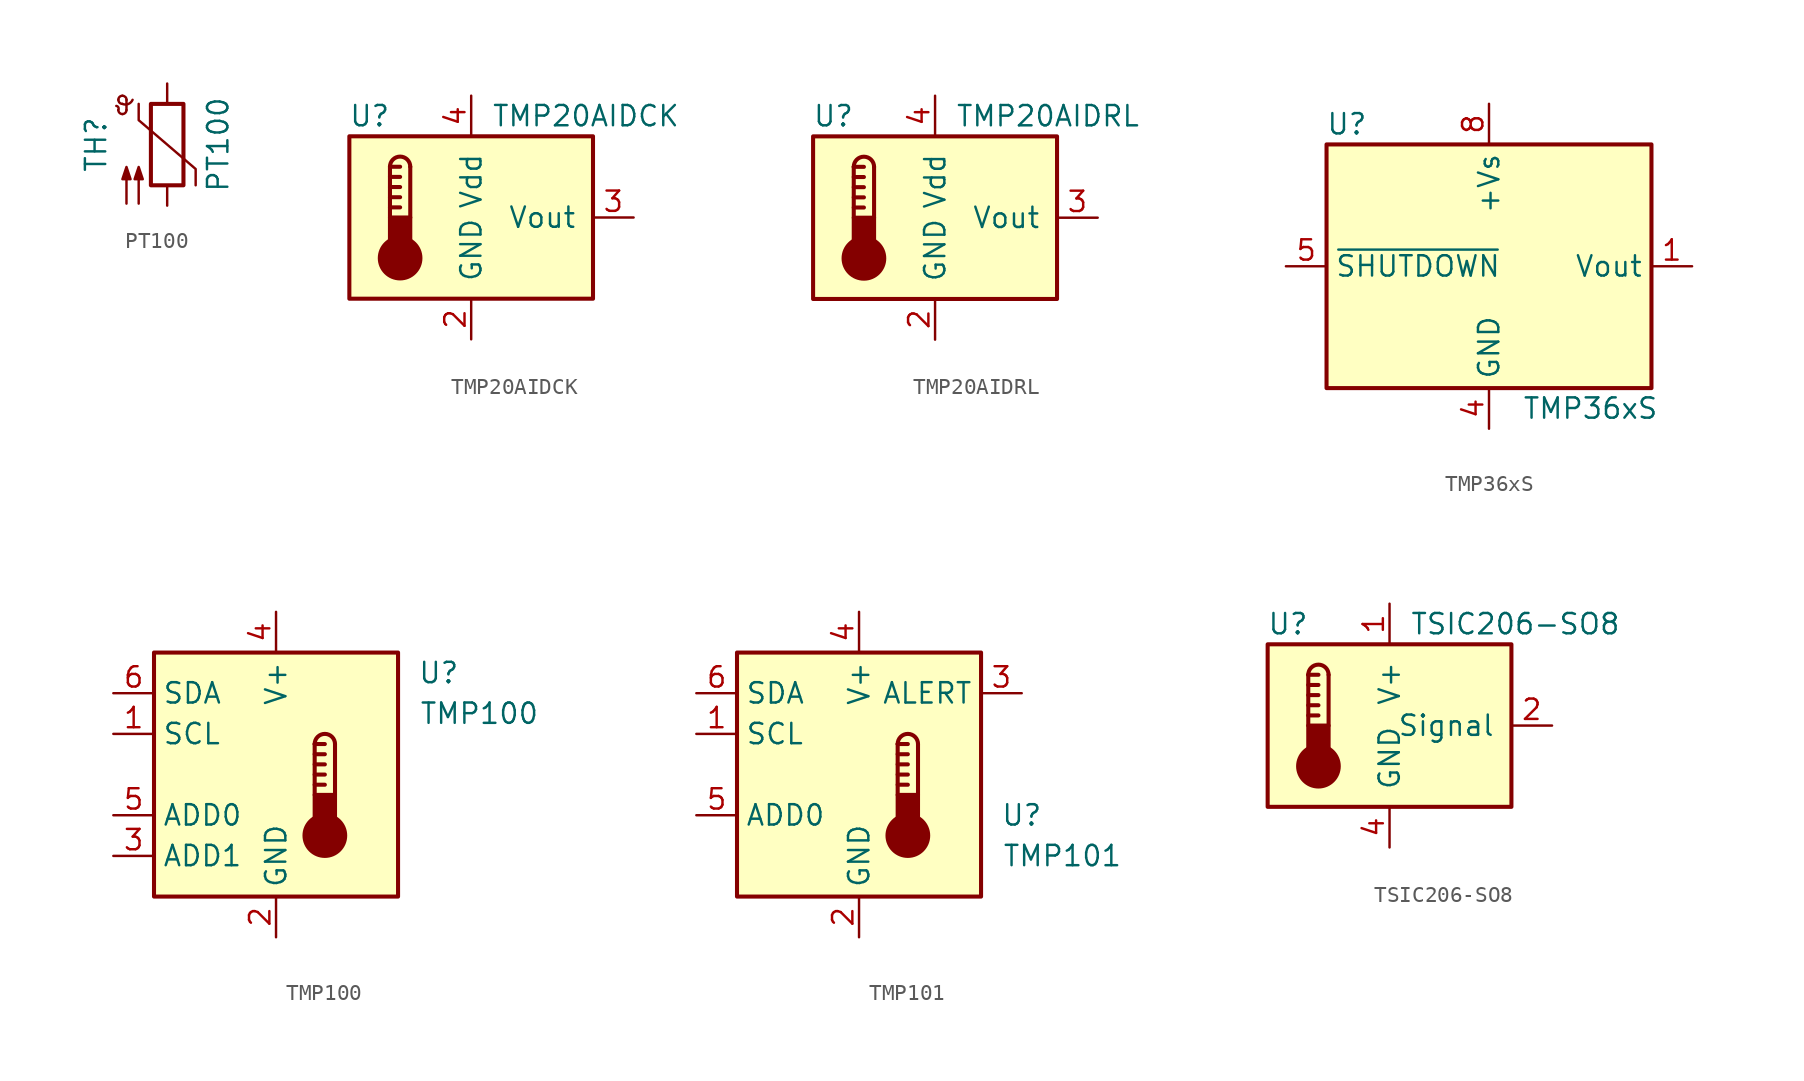
<source format=kicad_sym>
(kicad_symbol_lib
  (version 20201005)
  (generator kicad_symbol_editor)
  (symbol "PT100"
    (pin_numbers hide)
    (pin_names
      (offset 0))
    (property "Reference" "TH"
      (at -4.445 0 90)
      (effects (font (size 1.27 1.27))))
    (property "Value" "PT100"
      (at 3.175 0 90)
      (effects (font (size 1.27 1.27))))
    (symbol "PT100_0_1"
      (arc (start -3.048 2.159) (end -3.175 2.413) (radius (at -3.2004 2.2352) (length 0.1778) (angles -26.5 81.8)) (stroke (width 0)) (fill (type none)))
      (arc (start -3.048 2.159) (end -2.794 1.905) (radius (at -2.794 2.159) (length 0.254) (angles 180 -90)) (stroke (width 0)) (fill (type none)))
      (arc (start -2.794 1.905) (end -2.54 2.159) (radius (at -2.794 2.159) (length 0.254) (angles -90 0)) (stroke (width 0)) (fill (type none)))
      (arc (start -2.54 2.794) (end -2.794 3.048) (radius (at -2.794 2.794) (length 0.254) (angles 0 90)) (stroke (width 0)) (fill (type none)))
      (arc (start -2.794 3.048) (end -3.048 2.794) (radius (at -2.794 2.794) (length 0.254) (angles 90 180)) (stroke (width 0)) (fill (type none)))
      (arc (start -3.048 2.794) (end -2.794 2.54) (radius (at -2.794 2.794) (length 0.254) (angles 180 -90)) (stroke (width 0)) (fill (type none)))
      (arc (start -2.794 2.54) (end -2.159 2.794) (radius (at -2.6416 3.0226) (length 0.508) (angles -107.5 -25.3)) (stroke (width 0)) (fill (type none)))
      (rectangle (start -1.016 2.54) (end 1.016 -2.54) (stroke (width 0.254)) (fill (type none)))
      (polyline (pts (xy -2.54 2.159) (xy -2.54 2.794)) (stroke (width 0)) (fill (type none)))
      (polyline (pts (xy -1.778 2.54) (xy -1.778 1.524) (xy 1.778 -1.524) (xy 1.778 -2.54)) (stroke (width 0)) (fill (type none)))
      (polyline (pts (xy -2.54 -3.683) (xy -2.54 -1.397) (xy -2.794 -2.159) (xy -2.286 -2.159) (xy -2.54 -1.397) (xy -2.54 -1.651)) (stroke (width 0)) (fill (type outline)))
      (polyline (pts (xy -1.778 -3.683) (xy -1.778 -1.397) (xy -2.032 -2.159) (xy -1.524 -2.159) (xy -1.778 -1.397) (xy -1.778 -1.651)) (stroke (width 0)) (fill (type outline))))
    (symbol "PT100_1_1"
      (pin passive line (at 0 3.81 270) (length 1.27) (name "~" (effects (font (size 1.27 1.27)))) (number "1" (effects (font (size 1.27 1.27)))))
      (pin passive line (at 0 -3.81 90) (length 1.27) (name "~" (effects (font (size 1.27 1.27)))) (number "2" (effects (font (size 1.27 1.27)))))))
  (symbol "TMP20AIDCK"
    (pin_names
      (offset 1.016))
    (property "Reference" "U"
      (at -6.35 6.35 0)
      (effects (font (size 1.27 1.27))))
    (property "Value" "TMP20AIDCK"
      (at 1.27 6.35 0)
      (effects (font (size 1.27 1.27)) (justify left)))
    (symbol "TMP20AIDCK_0_1"
      (arc (start -3.81 3.175) (end -5.08 3.175) (radius (at -4.445 3.175) (length 0.635) (angles 0.1 179.9)) (stroke (width 0.254)) (fill (type none)))
      (circle (center -4.445 -2.54) (radius 1.27) (stroke (width 0.254)) (fill (type outline)))
      (rectangle (start -7.62 5.08) (end 7.62 -5.08) (stroke (width 0.254)) (fill (type background)))
      (rectangle (start -3.81 -1.905) (end -5.08 0) (stroke (width 0.254)) (fill (type outline)))
      (polyline (pts (xy -5.08 0.635) (xy -4.445 0.635)) (stroke (width 0.254)) (fill (type none)))
      (polyline (pts (xy -5.08 1.27) (xy -4.445 1.27)) (stroke (width 0.254)) (fill (type none)))
      (polyline (pts (xy -5.08 1.905) (xy -4.445 1.905)) (stroke (width 0.254)) (fill (type none)))
      (polyline (pts (xy -5.08 2.54) (xy -4.445 2.54)) (stroke (width 0.254)) (fill (type none)))
      (polyline (pts (xy -5.08 3.175) (xy -5.08 0)) (stroke (width 0.254)) (fill (type none)))
      (polyline (pts (xy -5.08 3.175) (xy -4.445 3.175)) (stroke (width 0.254)) (fill (type none)))
      (polyline (pts (xy -3.81 3.175) (xy -3.81 0)) (stroke (width 0.254)) (fill (type none))))
    (symbol "TMP20AIDCK_1_1"
      (pin no_connect line (at 10.16 -2.54 180) (length 2.54) hide (name "NC" (effects (font (size 1.27 1.27)))) (number "1" (effects (font (size 1.27 1.27)))))
      (pin power_in line (at 0 -7.62 90) (length 2.54) (name "GND" (effects (font (size 1.27 1.27)))) (number "2" (effects (font (size 1.27 1.27)))))
      (pin output line (at 10.16 0 180) (length 2.54) (name "Vout" (effects (font (size 1.27 1.27)))) (number "3" (effects (font (size 1.27 1.27)))))
      (pin power_in line (at 0 7.62 270) (length 2.54) (name "Vdd" (effects (font (size 1.27 1.27)))) (number "4" (effects (font (size 1.27 1.27)))))
      (pin passive line (at 0 -7.62 90) (length 2.54) hide (name "GND" (effects (font (size 1.27 1.27)))) (number "5" (effects (font (size 1.27 1.27)))))))
  (symbol "TMP20AIDRL"
    (pin_names
      (offset 1.016))
    (property "Reference" "U"
      (at -6.35 6.35 0)
      (effects (font (size 1.27 1.27))))
    (property "Value" "TMP20AIDRL"
      (at 1.27 6.35 0)
      (effects (font (size 1.27 1.27)) (justify left)))
    (symbol "TMP20AIDRL_0_1"
      (arc (start -3.81 3.175) (end -5.08 3.175) (radius (at -4.445 3.175) (length 0.635) (angles 0.1 179.9)) (stroke (width 0.254)) (fill (type none)))
      (circle (center -4.445 -2.54) (radius 1.27) (stroke (width 0.254)) (fill (type outline)))
      (rectangle (start -7.62 5.08) (end 7.62 -5.08) (stroke (width 0.254)) (fill (type background)))
      (rectangle (start -3.81 -1.905) (end -5.08 0) (stroke (width 0.254)) (fill (type outline)))
      (polyline (pts (xy -5.08 0.635) (xy -4.445 0.635)) (stroke (width 0.254)) (fill (type none)))
      (polyline (pts (xy -5.08 1.27) (xy -4.445 1.27)) (stroke (width 0.254)) (fill (type none)))
      (polyline (pts (xy -5.08 1.905) (xy -4.445 1.905)) (stroke (width 0.254)) (fill (type none)))
      (polyline (pts (xy -5.08 2.54) (xy -4.445 2.54)) (stroke (width 0.254)) (fill (type none)))
      (polyline (pts (xy -5.08 3.175) (xy -5.08 0)) (stroke (width 0.254)) (fill (type none)))
      (polyline (pts (xy -5.08 3.175) (xy -4.445 3.175)) (stroke (width 0.254)) (fill (type none)))
      (polyline (pts (xy -3.81 3.175) (xy -3.81 0)) (stroke (width 0.254)) (fill (type none))))
    (symbol "TMP20AIDRL_1_1"
      (pin no_connect line (at 10.16 -2.54 180) (length 2.54) hide (name "NC" (effects (font (size 1.27 1.27)))) (number "1" (effects (font (size 1.27 1.27)))))
      (pin power_in line (at 0 -7.62 90) (length 2.54) (name "GND" (effects (font (size 1.27 1.27)))) (number "2" (effects (font (size 1.27 1.27)))))
      (pin output line (at 10.16 0 180) (length 2.54) (name "Vout" (effects (font (size 1.27 1.27)))) (number "3" (effects (font (size 1.27 1.27)))))
      (pin power_in line (at 0 7.62 270) (length 2.54) (name "Vdd" (effects (font (size 1.27 1.27)))) (number "4" (effects (font (size 1.27 1.27)))))
      (pin no_connect line (at 10.16 2.54 180) (length 2.54) hide (name "NC" (effects (font (size 1.27 1.27)))) (number "5" (effects (font (size 1.27 1.27)))))
      (pin passive line (at 0 -7.62 90) (length 2.54) hide (name "GND" (effects (font (size 1.27 1.27)))) (number "6" (effects (font (size 1.27 1.27)))))))
  (symbol "TMP36xS"
    (property "Reference" "U"
      (at -8.89 8.89 0)
      (effects (font (size 1.27 1.27))))
    (property "Value" "TMP36xS"
      (at 6.35 -8.89 0)
      (effects (font (size 1.27 1.27))))
    (symbol "TMP36xS_0_1"
      (rectangle (start -10.16 7.62) (end 10.16 -7.62) (stroke (width 0.254)) (fill (type background))))
    (symbol "TMP36xS_1_1"
      (pin output line (at 12.7 0 180) (length 2.54) (name "Vout" (effects (font (size 1.27 1.27)))) (number "1" (effects (font (size 1.27 1.27)))))
      (pin power_in line (at 0 -10.16 90) (length 2.54) (name "GND" (effects (font (size 1.27 1.27)))) (number "4" (effects (font (size 1.27 1.27)))))
      (pin input line (at -12.7 0 0) (length 2.54) (name "~SHUTDOWN" (effects (font (size 1.27 1.27)))) (number "5" (effects (font (size 1.27 1.27)))))
      (pin power_in line (at 0 10.16 270) (length 2.54) (name "+Vs" (effects (font (size 1.27 1.27)))) (number "8" (effects (font (size 1.27 1.27)))))))
  (symbol "TMP100"
    (property "Reference" "U"
      (at 10.16 6.35 0)
      (effects (font (size 1.27 1.27))))
    (property "Value" "TMP100"
      (at 12.7 3.81 0)
      (effects (font (size 1.27 1.27))))
    (symbol "TMP100_0_1"
      (rectangle (start -7.62 7.62) (end 7.62 -7.62) (stroke (width 0.254)) (fill (type background))))
    (symbol "TMP100_1_1"
      (arc (start 3.683 1.905) (end 2.413 1.905) (radius (at 3.048 1.905) (length 0.635) (angles 0.1 179.9)) (stroke (width 0.254)) (fill (type none)))
      (circle (center 3.048 -3.81) (radius 1.27) (stroke (width 0.254)) (fill (type outline)))
      (rectangle (start 3.683 -3.175) (end 2.413 -1.27) (stroke (width 0.254)) (fill (type outline)))
      (polyline (pts (xy 2.413 -0.635) (xy 3.048 -0.635)) (stroke (width 0.254)) (fill (type none)))
      (polyline (pts (xy 2.413 0) (xy 3.048 0)) (stroke (width 0.254)) (fill (type none)))
      (polyline (pts (xy 2.413 0.635) (xy 3.048 0.635)) (stroke (width 0.254)) (fill (type none)))
      (polyline (pts (xy 2.413 1.27) (xy 3.048 1.27)) (stroke (width 0.254)) (fill (type none)))
      (polyline (pts (xy 2.413 1.905) (xy 2.413 -1.27)) (stroke (width 0.254)) (fill (type none)))
      (polyline (pts (xy 2.413 1.905) (xy 3.048 1.905)) (stroke (width 0.254)) (fill (type none)))
      (polyline (pts (xy 3.683 1.905) (xy 3.683 -1.27)) (stroke (width 0.254)) (fill (type none)))
      (pin input line (at -10.16 2.54 0) (length 2.54) (name "SCL" (effects (font (size 1.27 1.27)))) (number "1" (effects (font (size 1.27 1.27)))))
      (pin power_in line (at 0 -10.16 90) (length 2.54) (name "GND" (effects (font (size 1.27 1.27)))) (number "2" (effects (font (size 1.27 1.27)))))
      (pin input line (at -10.16 -5.08 0) (length 2.54) (name "ADD1" (effects (font (size 1.27 1.27)))) (number "3" (effects (font (size 1.27 1.27)))))
      (pin power_in line (at 0 10.16 270) (length 2.54) (name "V+" (effects (font (size 1.27 1.27)))) (number "4" (effects (font (size 1.27 1.27)))))
      (pin input line (at -10.16 -2.54 0) (length 2.54) (name "ADD0" (effects (font (size 1.27 1.27)))) (number "5" (effects (font (size 1.27 1.27)))))
      (pin bidirectional line (at -10.16 5.08 0) (length 2.54) (name "SDA" (effects (font (size 1.27 1.27)))) (number "6" (effects (font (size 1.27 1.27)))))))
  (symbol "TMP101"
    (property "Reference" "U"
      (at 10.16 -2.54 0)
      (effects (font (size 1.27 1.27))))
    (property "Value" "TMP101"
      (at 12.7 -5.08 0)
      (effects (font (size 1.27 1.27))))
    (symbol "TMP101_0_1"
      (rectangle (start -7.62 7.62) (end 7.62 -7.62) (stroke (width 0.254)) (fill (type background))))
    (symbol "TMP101_1_1"
      (arc (start 3.683 1.905) (end 2.413 1.905) (radius (at 3.048 1.905) (length 0.635) (angles 0.1 179.9)) (stroke (width 0.254)) (fill (type none)))
      (circle (center 3.048 -3.81) (radius 1.27) (stroke (width 0.254)) (fill (type outline)))
      (rectangle (start 3.683 -3.175) (end 2.413 -1.27) (stroke (width 0.254)) (fill (type outline)))
      (polyline (pts (xy 2.413 -0.635) (xy 3.048 -0.635)) (stroke (width 0.254)) (fill (type none)))
      (polyline (pts (xy 2.413 0) (xy 3.048 0)) (stroke (width 0.254)) (fill (type none)))
      (polyline (pts (xy 2.413 0.635) (xy 3.048 0.635)) (stroke (width 0.254)) (fill (type none)))
      (polyline (pts (xy 2.413 1.27) (xy 3.048 1.27)) (stroke (width 0.254)) (fill (type none)))
      (polyline (pts (xy 2.413 1.905) (xy 2.413 -1.27)) (stroke (width 0.254)) (fill (type none)))
      (polyline (pts (xy 2.413 1.905) (xy 3.048 1.905)) (stroke (width 0.254)) (fill (type none)))
      (polyline (pts (xy 3.683 1.905) (xy 3.683 -1.27)) (stroke (width 0.254)) (fill (type none)))
      (pin input line (at -10.16 2.54 0) (length 2.54) (name "SCL" (effects (font (size 1.27 1.27)))) (number "1" (effects (font (size 1.27 1.27)))))
      (pin power_in line (at 0 -10.16 90) (length 2.54) (name "GND" (effects (font (size 1.27 1.27)))) (number "2" (effects (font (size 1.27 1.27)))))
      (pin open_collector line (at 10.16 5.08 180) (length 2.54) (name "ALERT" (effects (font (size 1.27 1.27)))) (number "3" (effects (font (size 1.27 1.27)))))
      (pin power_in line (at 0 10.16 270) (length 2.54) (name "V+" (effects (font (size 1.27 1.27)))) (number "4" (effects (font (size 1.27 1.27)))))
      (pin input line (at -10.16 -2.54 0) (length 2.54) (name "ADD0" (effects (font (size 1.27 1.27)))) (number "5" (effects (font (size 1.27 1.27)))))
      (pin bidirectional line (at -10.16 5.08 0) (length 2.54) (name "SDA" (effects (font (size 1.27 1.27)))) (number "6" (effects (font (size 1.27 1.27)))))))
  (symbol "TSIC206-SO8"
    (pin_names
      (offset 1.016))
    (property "Reference" "U"
      (at -6.35 6.35 0)
      (effects (font (size 1.27 1.27))))
    (property "Value" "TSIC206-SO8"
      (at 1.27 6.35 0)
      (effects (font (size 1.27 1.27)) (justify left)))
    (symbol "TSIC206-SO8_0_1"
      (arc (start -3.81 3.175) (end -5.08 3.175) (radius (at -4.445 3.175) (length 0.635) (angles 0.1 179.9)) (stroke (width 0.254)) (fill (type none)))
      (circle (center -4.445 -2.54) (radius 1.27) (stroke (width 0.254)) (fill (type outline)))
      (rectangle (start -7.62 5.08) (end 7.62 -5.08) (stroke (width 0.254)) (fill (type background)))
      (rectangle (start -3.81 -1.905) (end -5.08 0) (stroke (width 0.254)) (fill (type outline)))
      (polyline (pts (xy -5.08 0.635) (xy -4.445 0.635)) (stroke (width 0.254)) (fill (type none)))
      (polyline (pts (xy -5.08 1.27) (xy -4.445 1.27)) (stroke (width 0.254)) (fill (type none)))
      (polyline (pts (xy -5.08 1.905) (xy -4.445 1.905)) (stroke (width 0.254)) (fill (type none)))
      (polyline (pts (xy -5.08 2.54) (xy -4.445 2.54)) (stroke (width 0.254)) (fill (type none)))
      (polyline (pts (xy -5.08 3.175) (xy -5.08 0)) (stroke (width 0.254)) (fill (type none)))
      (polyline (pts (xy -5.08 3.175) (xy -4.445 3.175)) (stroke (width 0.254)) (fill (type none)))
      (polyline (pts (xy -3.81 3.175) (xy -3.81 0)) (stroke (width 0.254)) (fill (type none))))
    (symbol "TSIC206-SO8_1_1"
      (pin power_in line (at 0 7.62 270) (length 2.54) (name "V+" (effects (font (size 1.27 1.27)))) (number "1" (effects (font (size 1.27 1.27)))))
      (pin output line (at 10.16 0 180) (length 2.54) (name "Signal" (effects (font (size 1.27 1.27)))) (number "2" (effects (font (size 1.27 1.27)))))
      (pin no_connect line (at 10.16 -2.54 180) (length 2.54) hide (name "NC" (effects (font (size 1.27 1.27)))) (number "3" (effects (font (size 1.27 1.27)))))
      (pin power_in line (at 0 -7.62 90) (length 2.54) (name "GND" (effects (font (size 1.27 1.27)))) (number "4" (effects (font (size 1.27 1.27)))))
      (pin no_connect line (at -5.08 -7.62 90) (length 2.54) hide (name "NC" (effects (font (size 1.27 1.27)))) (number "5" (effects (font (size 1.27 1.27)))))
      (pin no_connect line (at -2.54 -7.62 90) (length 2.54) hide (name "NC" (effects (font (size 1.27 1.27)))) (number "6" (effects (font (size 1.27 1.27)))))
      (pin no_connect line (at 2.54 -7.62 90) (length 2.54) hide (name "NC" (effects (font (size 1.27 1.27)))) (number "7" (effects (font (size 1.27 1.27)))))
      (pin no_connect line (at 5.08 -7.62 90) (length 2.54) hide (name "NC" (effects (font (size 1.27 1.27)))) (number "8" (effects (font (size 1.27 1.27))))))))
</source>
